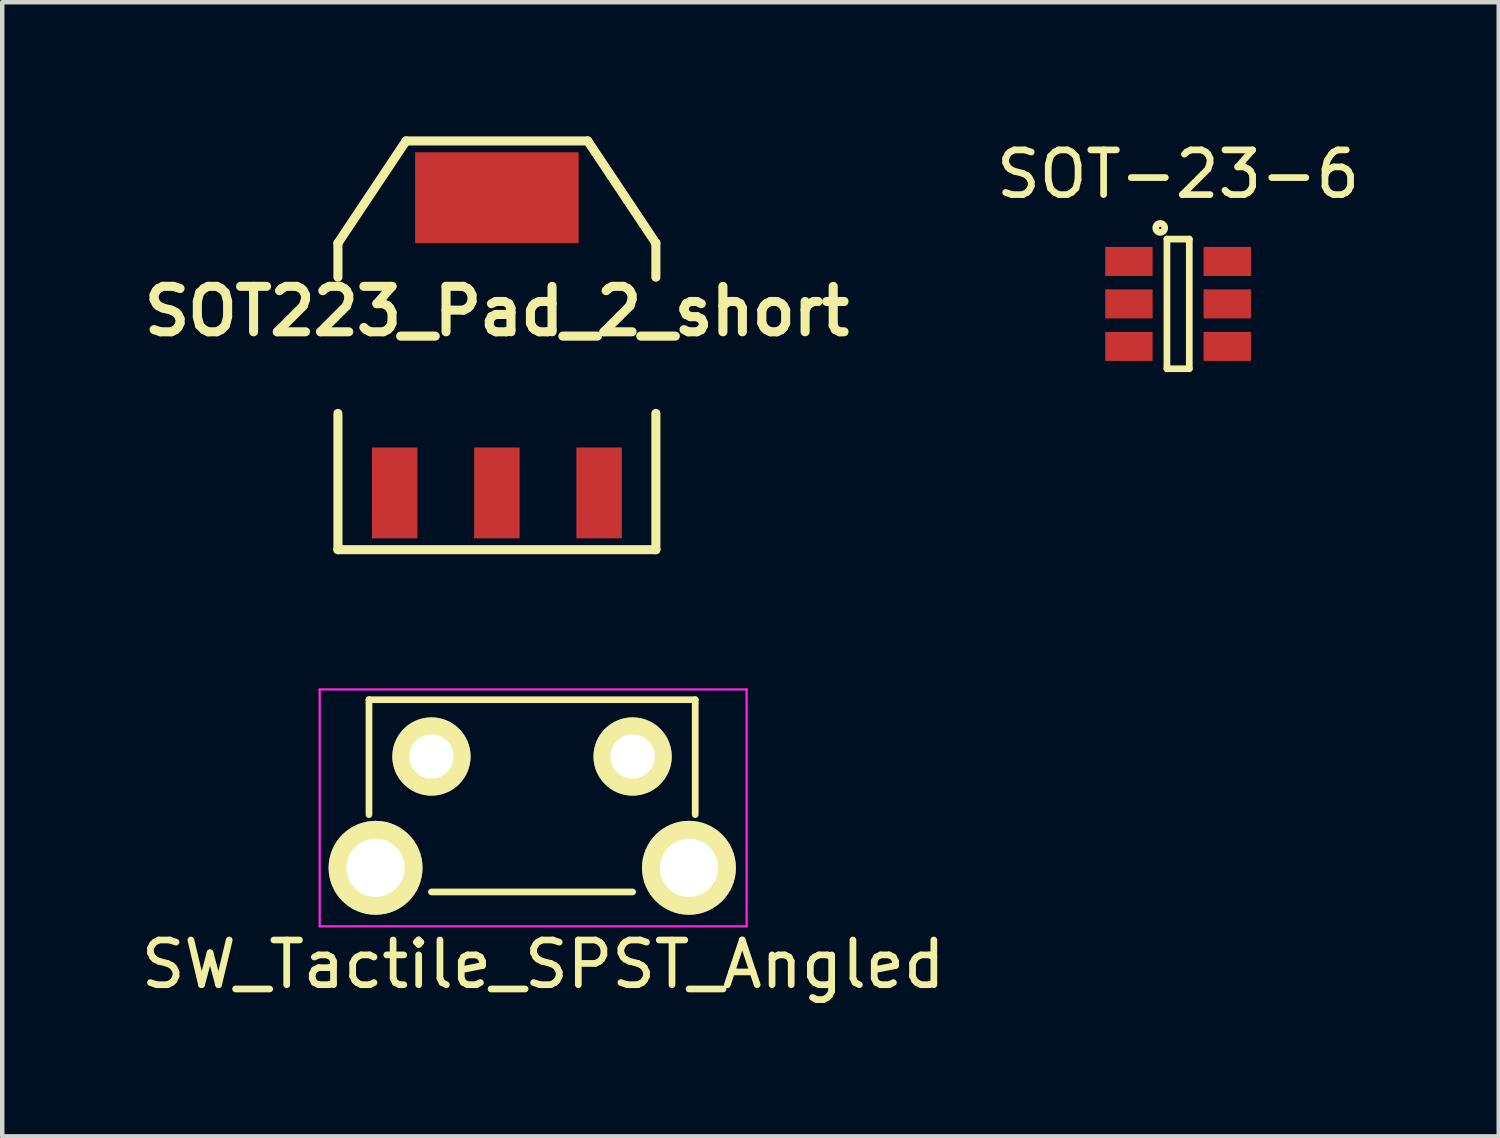
<source format=kicad_pcb>
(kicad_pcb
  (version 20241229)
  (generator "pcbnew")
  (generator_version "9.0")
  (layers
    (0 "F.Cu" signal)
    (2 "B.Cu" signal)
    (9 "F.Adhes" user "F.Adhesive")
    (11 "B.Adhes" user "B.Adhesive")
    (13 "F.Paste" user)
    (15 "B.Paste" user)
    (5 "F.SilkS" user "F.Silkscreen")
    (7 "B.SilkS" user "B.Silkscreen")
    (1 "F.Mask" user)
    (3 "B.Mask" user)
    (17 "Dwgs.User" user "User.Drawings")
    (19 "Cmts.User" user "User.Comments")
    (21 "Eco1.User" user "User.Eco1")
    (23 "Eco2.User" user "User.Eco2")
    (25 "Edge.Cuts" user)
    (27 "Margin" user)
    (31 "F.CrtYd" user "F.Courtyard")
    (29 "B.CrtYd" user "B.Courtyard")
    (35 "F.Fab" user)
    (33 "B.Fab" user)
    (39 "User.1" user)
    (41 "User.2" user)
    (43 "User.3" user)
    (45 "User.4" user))
  (footprint "SOT223_Pad_2_short"
    (layer "F.Cu")
    (at 8.065 4.674)
    (property "Reference" "SOT223_Pad_2_short" (at 0 -0.762 180) (layer "F.SilkS") (effects (font (size 1.016 1.016) (thickness 0.203))))
    (attr smd)
    (fp_line (start -3.556 -2.286) (end -2.032 -4.572) (stroke (width 0.203) (type solid)) (layer "F.SilkS"))
    (fp_line (start -3.556 -1.524) (end -3.556 -2.286) (stroke (width 0.203) (type solid)) (layer "F.SilkS"))
    (fp_line (start -3.556 1.524) (end -3.556 4.572) (stroke (width 0.203) (type solid)) (layer "F.SilkS"))
    (fp_line (start -3.556 4.572) (end 3.556 4.572) (stroke (width 0.203) (type solid)) (layer "F.SilkS"))
    (fp_line (start -2.032 -4.572) (end 2.032 -4.572) (stroke (width 0.203) (type solid)) (layer "F.SilkS"))
    (fp_line (start 2.032 -4.572) (end 3.556 -2.286) (stroke (width 0.203) (type solid)) (layer "F.SilkS"))
    (fp_line (start 3.556 -2.286) (end 3.556 -1.524) (stroke (width 0.203) (type solid)) (layer "F.SilkS"))
    (fp_line (start 3.556 4.572) (end 3.556 1.524) (stroke (width 0.203) (type solid)) (layer "F.SilkS"))
    (pad "1" smd rect (at -2.286 3.302) (size 1.016 2.032) (layers "F.Cu" "F.Mask" "F.Paste"))
    (pad "2" smd rect (at 0 -3.302) (size 3.658 2.032) (layers "F.Cu" "F.Mask" "F.Paste"))
    (pad "2" smd rect (at 0 3.302) (size 1.016 2.032) (layers "F.Cu" "F.Mask" "F.Paste"))
    (pad "3" smd rect (at 2.286 3.302) (size 1.016 2.032) (layers "F.Cu" "F.Mask" "F.Paste")))
  (footprint "SW_Tactile_SPST_Angled"
    (layer "F.Cu")
    (at 6.601 13.872)
    (property "Reference" "SW_Tactile_SPST_Angled" (at 2.5 4.65 0) (layer "F.SilkS") (effects (font (size 1 1) (thickness 0.15))))
    (attr through_hole)
    (fp_line (start -1.397 -1.27) (end -1.397 1.3) (stroke (width 0.15) (type solid)) (layer "F.SilkS"))
    (fp_line (start -1.397 -1.27) (end 5.9 -1.27) (stroke (width 0.15) (type solid)) (layer "F.SilkS"))
    (fp_line (start 0 3.03) (end 4.5 3.03) (stroke (width 0.15) (type solid)) (layer "F.SilkS"))
    (fp_line (start 5.9 -1.27) (end 5.9 1.3) (stroke (width 0.15) (type solid)) (layer "F.SilkS"))
    (fp_line (start -2.5 -1.5) (end 7.05 -1.5) (stroke (width 0.05) (type solid)) (layer "F.CrtYd"))
    (fp_line (start -2.5 3.8) (end -2.5 -1.5) (stroke (width 0.05) (type solid)) (layer "F.CrtYd"))
    (fp_line (start 7.05 -1.5) (end 7.05 3.8) (stroke (width 0.05) (type solid)) (layer "F.CrtYd"))
    (fp_line (start 7.05 3.8) (end -2.5 3.8) (stroke (width 0.05) (type solid)) (layer "F.CrtYd"))
    (pad "" thru_hole circle (at -1.25 2.49) (size 2.1 2.1) (drill 1.3) (layers "*.Cu" "*.Mask" "F.SilkS"))
    (pad "" thru_hole circle (at 5.76 2.49) (size 2.1 2.1) (drill 1.3) (layers "*.Cu" "*.Mask" "F.SilkS"))
    (pad "1" thru_hole circle (at 0 0) (size 1.75 1.75) (drill 0.99) (layers "*.Cu" "*.Mask" "F.SilkS"))
    (pad "2" thru_hole circle (at 4.5 0) (size 1.75 1.75) (drill 0.99) (layers "*.Cu" "*.Mask" "F.SilkS")))
  (footprint "SOT-23-6"
    (layer "F.Cu")
    (at 23.303 3.748)
    (property "Reference" "SOT-23-6" (at 0 -2.9 0) (layer "F.SilkS") (effects (font (size 1 1) (thickness 0.15))))
    (attr smd)
    (fp_line (start -0.25 -1.45) (end -0.25 1.45) (stroke (width 0.15) (type solid)) (layer "F.SilkS"))
    (fp_line (start -0.25 1.45) (end 0.25 1.45) (stroke (width 0.15) (type solid)) (layer "F.SilkS"))
    (fp_line (start 0.25 -1.45) (end -0.25 -1.45) (stroke (width 0.15) (type solid)) (layer "F.SilkS"))
    (fp_line (start 0.25 1.45) (end 0.25 -1.45) (stroke (width 0.15) (type solid)) (layer "F.SilkS"))
    (fp_circle (center -0.4 -1.7) (end -0.3 -1.7) (stroke (width 0.15) (type solid)) (fill no) (layer "F.SilkS"))
    (pad "1" smd rect (at -1.1 -0.95) (size 1.06 0.65) (layers "F.Cu" "F.Mask" "F.Paste"))
    (pad "2" smd rect (at -1.1 0) (size 1.06 0.65) (layers "F.Cu" "F.Mask" "F.Paste"))
    (pad "3" smd rect (at -1.1 0.95) (size 1.06 0.65) (layers "F.Cu" "F.Mask" "F.Paste"))
    (pad "4" smd rect (at 1.1 0.95) (size 1.06 0.65) (layers "F.Cu" "F.Mask" "F.Paste"))
    (pad "5" smd rect (at 1.1 0) (size 1.06 0.65) (layers "F.Cu" "F.Mask" "F.Paste"))
    (pad "6" smd rect (at 1.1 -0.95) (size 1.06 0.65) (layers "F.Cu" "F.Mask" "F.Paste")))
  (gr_rect
    (start -3 -3)
    (end 30.475 22.37)
    (stroke (width 0.1) (type default))
    (fill no)
    (layer "Edge.Cuts")))
</source>
